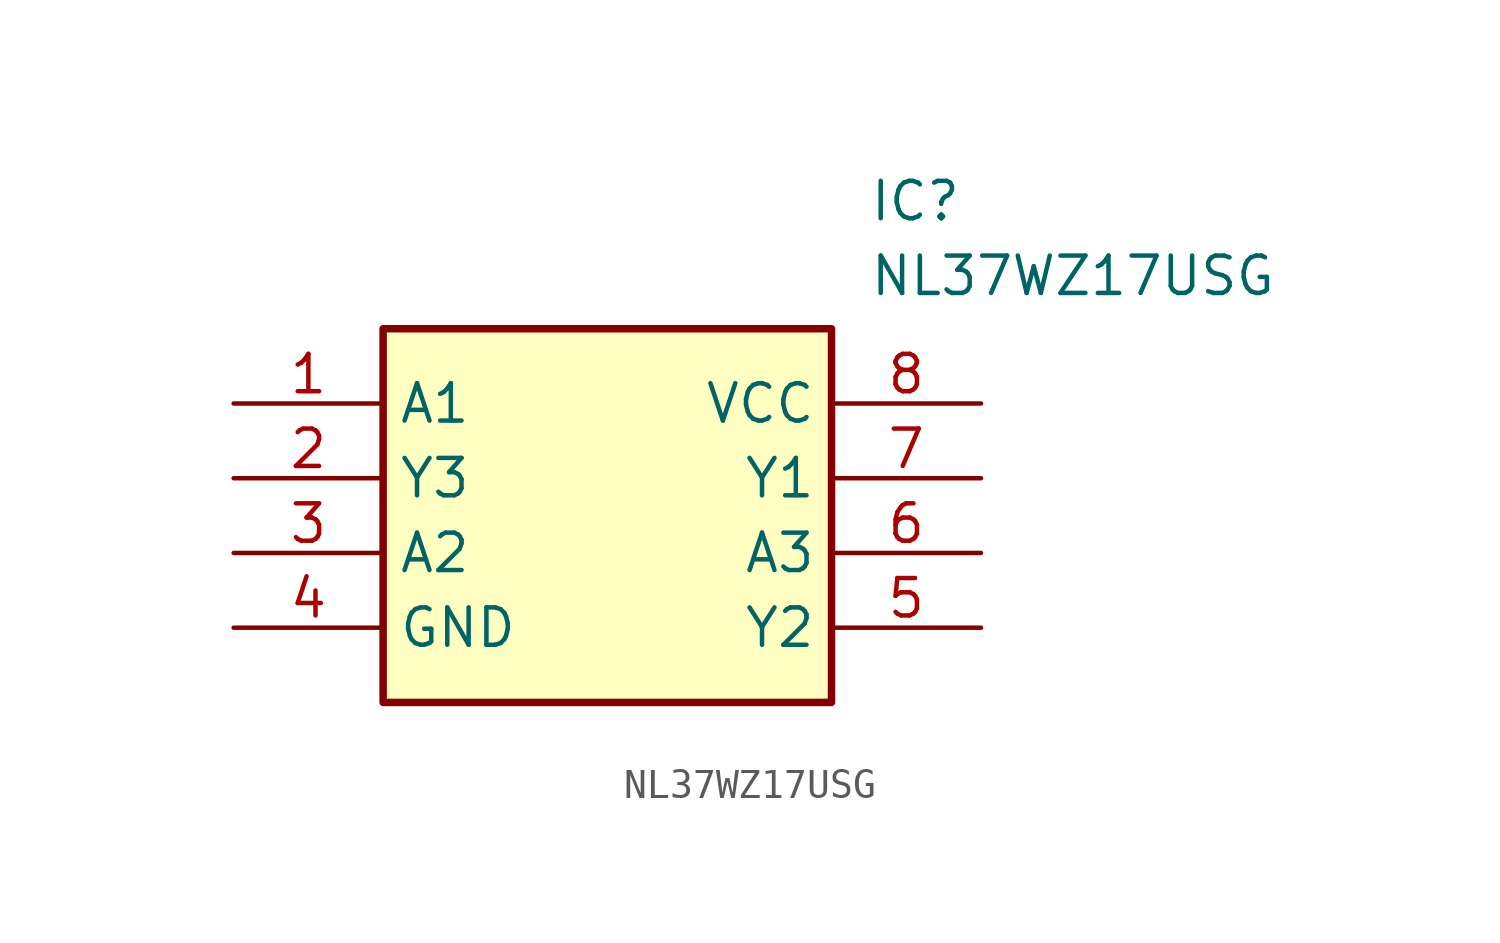
<source format=kicad_sym>
(kicad_symbol_lib
  (version 20211014)
  (generator SamacSys_ECAD_Model)
  (symbol "NL37WZ17USG"
    (property "Reference" "IC"
      (at 21.59 7.62 0)
      (effects (font (size 1.27 1.27)) (justify left top)))
    (property "Value" "NL37WZ17USG"
      (at 21.59 5.08 0)
      (effects (font (size 1.27 1.27)) (justify left top)))
    (rectangle
      (start 5.08 2.54)
      (end 20.32 -10.16)
      (stroke (width 0.254) (type default))
      (fill (type background)))
    (pin passive line
      (at 0 0 0)
      (length 5.08)
      (name "A1" (effects (font (size 1.27 1.27))))
      (number "1" (effects (font (size 1.27 1.27)))))
    (pin passive line
      (at 0 -2.54 0)
      (length 5.08)
      (name "Y3" (effects (font (size 1.27 1.27))))
      (number "2" (effects (font (size 1.27 1.27)))))
    (pin passive line
      (at 0 -5.08 0)
      (length 5.08)
      (name "A2" (effects (font (size 1.27 1.27))))
      (number "3" (effects (font (size 1.27 1.27)))))
    (pin passive line
      (at 0 -7.62 0)
      (length 5.08)
      (name "GND" (effects (font (size 1.27 1.27))))
      (number "4" (effects (font (size 1.27 1.27)))))
    (pin passive line
      (at 25.4 0 180)
      (length 5.08)
      (name "VCC" (effects (font (size 1.27 1.27))))
      (number "8" (effects (font (size 1.27 1.27)))))
    (pin passive line
      (at 25.4 -2.54 180)
      (length 5.08)
      (name "Y1" (effects (font (size 1.27 1.27))))
      (number "7" (effects (font (size 1.27 1.27)))))
    (pin passive line
      (at 25.4 -5.08 180)
      (length 5.08)
      (name "A3" (effects (font (size 1.27 1.27))))
      (number "6" (effects (font (size 1.27 1.27)))))
    (pin passive line
      (at 25.4 -7.62 180)
      (length 5.08)
      (name "Y2" (effects (font (size 1.27 1.27))))
      (number "5" (effects (font (size 1.27 1.27)))))))
</source>
